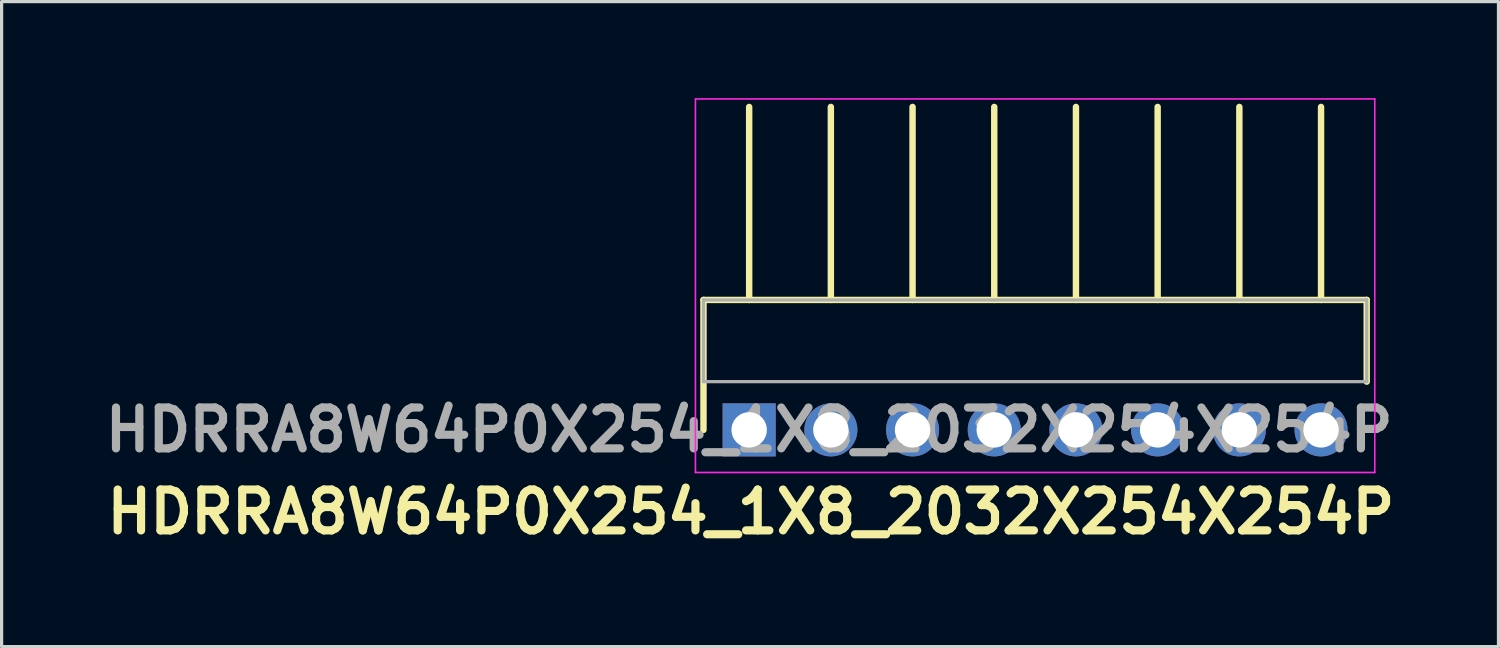
<source format=kicad_pcb>
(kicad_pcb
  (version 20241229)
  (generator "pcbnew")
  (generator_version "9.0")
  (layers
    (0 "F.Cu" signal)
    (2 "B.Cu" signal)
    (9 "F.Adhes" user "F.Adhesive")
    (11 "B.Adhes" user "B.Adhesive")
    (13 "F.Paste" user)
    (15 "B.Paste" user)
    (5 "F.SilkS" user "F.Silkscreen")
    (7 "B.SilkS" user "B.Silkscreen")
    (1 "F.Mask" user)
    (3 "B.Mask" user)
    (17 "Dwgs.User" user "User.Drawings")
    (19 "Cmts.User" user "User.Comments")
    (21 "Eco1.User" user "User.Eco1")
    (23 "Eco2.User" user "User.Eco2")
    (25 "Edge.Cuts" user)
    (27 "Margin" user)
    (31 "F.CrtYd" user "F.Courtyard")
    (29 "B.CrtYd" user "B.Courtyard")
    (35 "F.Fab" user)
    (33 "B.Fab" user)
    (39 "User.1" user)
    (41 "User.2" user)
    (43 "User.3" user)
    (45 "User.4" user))
  (footprint "HDRRA8W64P0X254_1X8_2032X254X254P"
    (layer "F.Cu")
    (at 20.241 10.315)
    (property "Reference" "HDRRA8W64P0X254_1X8_2032X254X254P" (at 0.054 2.55 0) (layer "F.SilkS") (effects (font (size 1.27 1.27) (thickness 0.254))))
    (attr through_hole)
    (fp_line (start -1.42 -4.04) (end 19.2 -4.04) (stroke (width 0.2) (type solid)) (layer "F.SilkS"))
    (fp_line (start -1.42 0) (end -1.42 -4.04) (stroke (width 0.2) (type solid)) (layer "F.SilkS"))
    (fp_line (start 0 -4.04) (end 0 -10.04) (stroke (width 0.2) (type solid)) (layer "F.SilkS"))
    (fp_line (start 2.54 -4.04) (end 2.54 -10.04) (stroke (width 0.2) (type solid)) (layer "F.SilkS"))
    (fp_line (start 5.08 -4.04) (end 5.08 -10.04) (stroke (width 0.2) (type solid)) (layer "F.SilkS"))
    (fp_line (start 7.62 -4.04) (end 7.62 -10.04) (stroke (width 0.2) (type solid)) (layer "F.SilkS"))
    (fp_line (start 10.16 -4.04) (end 10.16 -10.04) (stroke (width 0.2) (type solid)) (layer "F.SilkS"))
    (fp_line (start 12.7 -4.04) (end 12.7 -10.04) (stroke (width 0.2) (type solid)) (layer "F.SilkS"))
    (fp_line (start 15.24 -4.04) (end 15.24 -10.04) (stroke (width 0.2) (type solid)) (layer "F.SilkS"))
    (fp_line (start 17.78 -4.04) (end 17.78 -10.04) (stroke (width 0.2) (type solid)) (layer "F.SilkS"))
    (fp_line (start 19.2 -4.04) (end 19.2 -1.5) (stroke (width 0.2) (type solid)) (layer "F.SilkS"))
    (fp_line (start -1.67 -10.29) (end -1.67 1.325) (stroke (width 0.05) (type solid)) (layer "F.CrtYd"))
    (fp_line (start -1.67 1.325) (end 19.45 1.325) (stroke (width 0.05) (type solid)) (layer "F.CrtYd"))
    (fp_line (start 19.45 -10.29) (end -1.67 -10.29) (stroke (width 0.05) (type solid)) (layer "F.CrtYd"))
    (fp_line (start 19.45 1.325) (end 19.45 -10.29) (stroke (width 0.05) (type solid)) (layer "F.CrtYd"))
    (fp_line (start -1.42 -4.04) (end 19.2 -4.04) (stroke (width 0.1) (type solid)) (layer "F.Fab"))
    (fp_line (start -1.42 -1.5) (end -1.42 -4.04) (stroke (width 0.1) (type solid)) (layer "F.Fab"))
    (fp_line (start 19.2 -4.04) (end 19.2 -1.5) (stroke (width 0.1) (type solid)) (layer "F.Fab"))
    (fp_line (start 19.2 -1.5) (end -1.42 -1.5) (stroke (width 0.1) (type solid)) (layer "F.Fab"))
    (fp_text user "${REFERENCE}" (at 0 0 0) (layer "F.Fab") (effects (font (size 1.27 1.27) (thickness 0.254))))
    (pad "1" thru_hole rect (at 0 0) (size 1.65 1.65) (drill 1.1) (layers "*.Cu" "*.Mask"))
    (pad "2" thru_hole circle (at 2.54 0) (size 1.65 1.65) (drill 1.1) (layers "*.Cu" "*.Mask"))
    (pad "3" thru_hole circle (at 5.08 0) (size 1.65 1.65) (drill 1.1) (layers "*.Cu" "*.Mask"))
    (pad "4" thru_hole circle (at 7.62 0) (size 1.65 1.65) (drill 1.1) (layers "*.Cu" "*.Mask"))
    (pad "5" thru_hole circle (at 10.16 0) (size 1.65 1.65) (drill 1.1) (layers "*.Cu" "*.Mask"))
    (pad "6" thru_hole circle (at 12.7 0) (size 1.65 1.65) (drill 1.1) (layers "*.Cu" "*.Mask"))
    (pad "7" thru_hole circle (at 15.24 0) (size 1.65 1.65) (drill 1.1) (layers "*.Cu" "*.Mask"))
    (pad "8" thru_hole circle (at 17.78 0) (size 1.65 1.65) (drill 1.1) (layers "*.Cu" "*.Mask")))
  (gr_rect
    (start -3 -3)
    (end 43.537 17.053)
    (stroke (width 0.1) (type default))
    (fill no)
    (layer "Edge.Cuts")))
</source>
